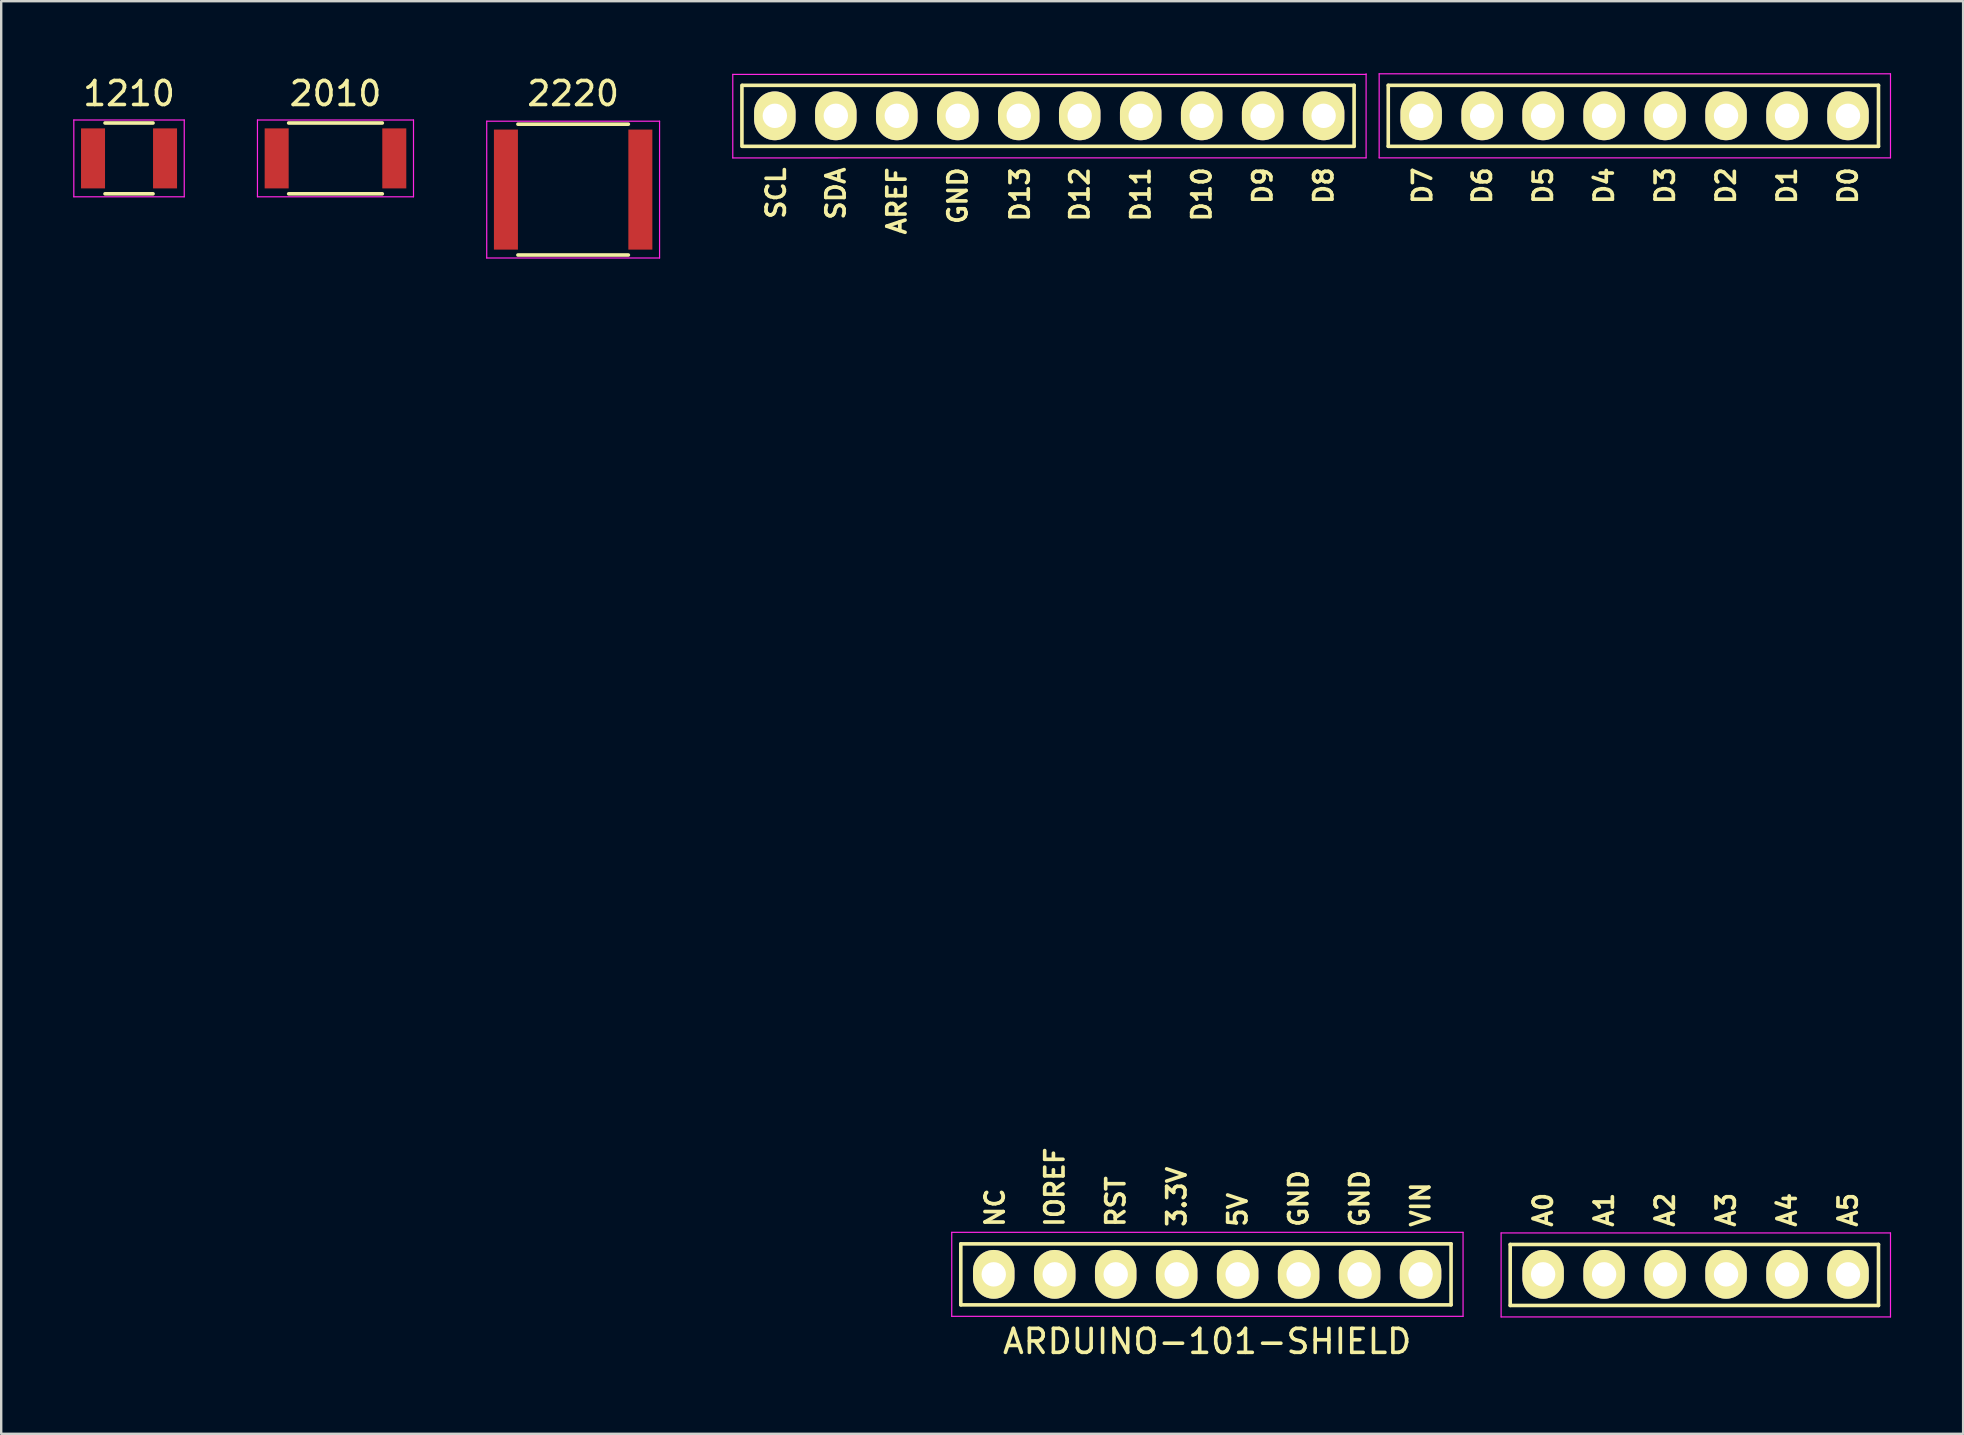
<source format=kicad_pcb>
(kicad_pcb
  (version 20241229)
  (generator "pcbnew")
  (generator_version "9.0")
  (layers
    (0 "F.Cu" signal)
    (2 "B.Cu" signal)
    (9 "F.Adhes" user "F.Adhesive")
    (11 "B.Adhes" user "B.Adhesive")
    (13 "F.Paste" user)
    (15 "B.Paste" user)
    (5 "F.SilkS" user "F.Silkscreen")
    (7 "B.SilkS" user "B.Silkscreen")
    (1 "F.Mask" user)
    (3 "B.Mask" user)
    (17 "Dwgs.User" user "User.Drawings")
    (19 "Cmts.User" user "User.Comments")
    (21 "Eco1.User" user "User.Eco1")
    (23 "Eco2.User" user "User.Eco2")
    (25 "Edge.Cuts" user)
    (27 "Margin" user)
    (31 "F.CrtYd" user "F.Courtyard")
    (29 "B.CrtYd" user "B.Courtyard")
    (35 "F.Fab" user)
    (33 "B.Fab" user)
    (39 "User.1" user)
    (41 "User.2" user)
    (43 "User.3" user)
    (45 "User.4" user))
  (footprint "2010"
    (layer "F.Cu")
    (at 10.925 3.548)
    (property "Reference" "2010" (at 0 -2.7 0) (layer "F.SilkS") (effects (font (size 1 1) (thickness 0.15))))
    (attr smd)
    (fp_line (start -1.95 -1.475) (end 1.95 -1.475) (stroke (width 0.15) (type solid)) (layer "F.SilkS"))
    (fp_line (start 1.95 1.475) (end -1.95 1.475) (stroke (width 0.15) (type solid)) (layer "F.SilkS"))
    (fp_line (start -3.25 -1.6) (end -3.25 1.6) (stroke (width 0.05) (type solid)) (layer "F.CrtYd"))
    (fp_line (start -3.25 -1.6) (end 3.25 -1.6) (stroke (width 0.05) (type solid)) (layer "F.CrtYd"))
    (fp_line (start -3.25 1.6) (end 3.25 1.6) (stroke (width 0.05) (type solid)) (layer "F.CrtYd"))
    (fp_line (start 3.25 -1.6) (end 3.25 1.6) (stroke (width 0.05) (type solid)) (layer "F.CrtYd"))
    (pad "1" smd rect (at -2.45 0) (size 1 2.5) (layers "F.Cu" "F.Mask" "F.Paste"))
    (pad "2" smd rect (at 2.45 0) (size 1 2.5) (layers "F.Cu" "F.Mask" "F.Paste")))
  (footprint "2220"
    (layer "F.Cu")
    (at 20.825 4.848)
    (property "Reference" "2220" (at 0 -4 0) (layer "F.SilkS") (effects (font (size 1 1) (thickness 0.15))))
    (attr smd)
    (fp_line (start -2.3 2.725) (end 2.3 2.725) (stroke (width 0.15) (type solid)) (layer "F.SilkS"))
    (fp_line (start 2.3 -2.725) (end -2.3 -2.725) (stroke (width 0.15) (type solid)) (layer "F.SilkS"))
    (fp_line (start -3.6 -2.85) (end -3.6 2.85) (stroke (width 0.05) (type solid)) (layer "F.CrtYd"))
    (fp_line (start -3.6 -2.85) (end 3.6 -2.85) (stroke (width 0.05) (type solid)) (layer "F.CrtYd"))
    (fp_line (start -3.6 2.85) (end 3.6 2.85) (stroke (width 0.05) (type solid)) (layer "F.CrtYd"))
    (fp_line (start 3.6 -2.85) (end 3.6 2.85) (stroke (width 0.05) (type solid)) (layer "F.CrtYd"))
    (pad "1" smd rect (at -2.8 0) (size 1 5) (layers "F.Cu" "F.Mask" "F.Paste"))
    (pad "2" smd rect (at 2.8 0) (size 1 5) (layers "F.Cu" "F.Mask" "F.Paste")))
  (footprint "ARDUINO-101-SHIELD"
    (layer "F.Cu")
    (at 33.266 50.035)
    (property "Reference" "ARDUINO-101-SHIELD" (at 13.97 2.794 0) (layer "F.SilkS") (effects (font (size 1 1) (thickness 0.15))))
    (attr through_hole)
    (fp_line (start -5.41 -46.99) (end -5.41 -49.53) (stroke (width 0.15) (type solid)) (layer "F.SilkS"))
    (fp_line (start -5.385 -46.99) (end 20.091 -46.99) (stroke (width 0.15) (type solid)) (layer "F.SilkS"))
    (fp_line (start 3.708 1.27) (end 3.708 -1.27) (stroke (width 0.15) (type solid)) (layer "F.SilkS"))
    (fp_line (start 3.708 1.27) (end 24.13 1.27) (stroke (width 0.15) (type solid)) (layer "F.SilkS"))
    (fp_line (start 20.091 -49.53) (end -5.385 -49.53) (stroke (width 0.15) (type solid)) (layer "F.SilkS"))
    (fp_line (start 20.091 -46.99) (end 20.091 -49.53) (stroke (width 0.15) (type solid)) (layer "F.SilkS"))
    (fp_line (start 21.514 -46.99) (end 21.514 -49.53) (stroke (width 0.15) (type solid)) (layer "F.SilkS"))
    (fp_line (start 21.514 -46.99) (end 41.935 -46.99) (stroke (width 0.15) (type solid)) (layer "F.SilkS"))
    (fp_line (start 24.13 -1.27) (end 3.708 -1.27) (stroke (width 0.15) (type solid)) (layer "F.SilkS"))
    (fp_line (start 24.13 1.27) (end 24.13 -1.27) (stroke (width 0.15) (type solid)) (layer "F.SilkS"))
    (fp_line (start 26.594 1.295) (end 26.594 -1.245) (stroke (width 0.15) (type solid)) (layer "F.SilkS"))
    (fp_line (start 26.594 1.295) (end 41.935 1.295) (stroke (width 0.15) (type solid)) (layer "F.SilkS"))
    (fp_line (start 41.935 -49.53) (end 21.514 -49.53) (stroke (width 0.15) (type solid)) (layer "F.SilkS"))
    (fp_line (start 41.935 -46.99) (end 41.935 -49.53) (stroke (width 0.15) (type solid)) (layer "F.SilkS"))
    (fp_line (start 41.935 -1.245) (end 26.594 -1.245) (stroke (width 0.15) (type solid)) (layer "F.SilkS"))
    (fp_line (start 41.935 1.295) (end 41.935 -1.245) (stroke (width 0.15) (type solid)) (layer "F.SilkS"))
    (fp_line (start -5.791 -49.987) (end -5.791 -46.507) (stroke (width 0.05) (type solid)) (layer "F.CrtYd"))
    (fp_line (start -5.791 -49.987) (end 20.591 -49.987) (stroke (width 0.05) (type solid)) (layer "F.CrtYd"))
    (fp_line (start -5.791 -46.507) (end 20.591 -46.51) (stroke (width 0.05) (type solid)) (layer "F.CrtYd"))
    (fp_line (start 3.33 -1.75) (end 3.33 1.75) (stroke (width 0.05) (type solid)) (layer "F.CrtYd"))
    (fp_line (start 3.33 -1.75) (end 24.63 -1.75) (stroke (width 0.05) (type solid)) (layer "F.CrtYd"))
    (fp_line (start 3.33 1.75) (end 24.63 1.75) (stroke (width 0.05) (type solid)) (layer "F.CrtYd"))
    (fp_line (start 20.591 -50.01) (end 20.591 -46.51) (stroke (width 0.05) (type solid)) (layer "F.CrtYd"))
    (fp_line (start 21.135 -50.01) (end 21.135 -46.51) (stroke (width 0.05) (type solid)) (layer "F.CrtYd"))
    (fp_line (start 21.135 -50.01) (end 42.435 -50.01) (stroke (width 0.05) (type solid)) (layer "F.CrtYd"))
    (fp_line (start 21.135 -46.51) (end 42.435 -46.51) (stroke (width 0.05) (type solid)) (layer "F.CrtYd"))
    (fp_line (start 24.63 -1.75) (end 24.63 1.75) (stroke (width 0.05) (type solid)) (layer "F.CrtYd"))
    (fp_line (start 26.215 -1.725) (end 26.215 1.775) (stroke (width 0.05) (type solid)) (layer "F.CrtYd"))
    (fp_line (start 26.215 -1.725) (end 42.435 -1.725) (stroke (width 0.05) (type solid)) (layer "F.CrtYd"))
    (fp_line (start 26.215 1.775) (end 42.435 1.775) (stroke (width 0.05) (type solid)) (layer "F.CrtYd"))
    (fp_line (start 42.435 -50.01) (end 42.435 -46.51) (stroke (width 0.05) (type solid)) (layer "F.CrtYd"))
    (fp_line (start 42.435 -1.725) (end 42.435 1.775) (stroke (width 0.05) (type solid)) (layer "F.CrtYd"))
    (fp_text user "GND" (at 17.78 -3.16 90) (layer "F.SilkS") (effects (font (size 0.762 0.762) (thickness 0.152))))
    (fp_text user "D10" (at 13.741 -44.987 90) (layer "F.SilkS") (effects (font (size 0.762 0.762) (thickness 0.152))))
    (fp_text user "D4" (at 30.505 -45.35 90) (layer "F.SilkS") (effects (font (size 0.762 0.762) (thickness 0.152))))
    (fp_text user "D9" (at 16.281 -45.35 90) (layer "F.SilkS") (effects (font (size 0.762 0.762) (thickness 0.152))))
    (fp_text user "A0" (at 27.965 -2.689 90) (layer "F.SilkS") (effects (font (size 0.762 0.762) (thickness 0.152))))
    (fp_text user "SCL" (at -3.988 -45.041 90) (layer "F.SilkS") (effects (font (size 0.762 0.762) (thickness 0.152))))
    (fp_text user "GND" (at 20.32 -3.16 90) (layer "F.SilkS") (effects (font (size 0.762 0.762) (thickness 0.152))))
    (fp_text user "IOREF" (at 7.62 -3.632 90) (layer "F.SilkS") (effects (font (size 0.762 0.762) (thickness 0.152))))
    (fp_text user "D1" (at 38.125 -45.35 90) (layer "F.SilkS") (effects (font (size 0.762 0.762) (thickness 0.152))))
    (fp_text user "A4" (at 38.125 -2.689 90) (layer "F.SilkS") (effects (font (size 0.762 0.762) (thickness 0.152))))
    (fp_text user "D5" (at 27.965 -45.35 90) (layer "F.SilkS") (effects (font (size 0.762 0.762) (thickness 0.152))))
    (fp_text user "5V" (at 15.24 -2.689 90) (layer "F.SilkS") (effects (font (size 0.762 0.762) (thickness 0.152))))
    (fp_text user "3.3V" (at 12.7 -3.233 90) (layer "F.SilkS") (effects (font (size 0.762 0.762) (thickness 0.152))))
    (fp_text user "D12" (at 8.661 -44.987 90) (layer "F.SilkS") (effects (font (size 0.762 0.762) (thickness 0.152))))
    (fp_text user "AREF" (at 1.041 -44.715 90) (layer "F.SilkS") (effects (font (size 0.762 0.762) (thickness 0.152))))
    (fp_text user "A2" (at 33.045 -2.689 90) (layer "F.SilkS") (effects (font (size 0.762 0.762) (thickness 0.152))))
    (fp_text user "A5" (at 40.665 -2.689 90) (layer "F.SilkS") (effects (font (size 0.762 0.762) (thickness 0.152))))
    (fp_text user "RST" (at 10.16 -3.033 90) (layer "F.SilkS") (effects (font (size 0.762 0.762) (thickness 0.152))))
    (fp_text user "D11" (at 11.201 -44.987 90) (layer "F.SilkS") (effects (font (size 0.762 0.762) (thickness 0.152))))
    (fp_text user "D13" (at 6.172 -44.987 90) (layer "F.SilkS") (effects (font (size 0.762 0.762) (thickness 0.152))))
    (fp_text user "VIN" (at 22.86 -2.906 90) (layer "F.SilkS") (effects (font (size 0.762 0.762) (thickness 0.152))))
    (fp_text user "SDA" (at -1.499 -45.023 90) (layer "F.SilkS") (effects (font (size 0.762 0.762) (thickness 0.152))))
    (fp_text user "GND" (at 3.581 -44.933 90) (layer "F.SilkS") (effects (font (size 0.762 0.762) (thickness 0.152))))
    (fp_text user "D8" (at 18.821 -45.35 90) (layer "F.SilkS") (effects (font (size 0.762 0.762) (thickness 0.152))))
    (fp_text user "D3" (at 33.045 -45.35 90) (layer "F.SilkS") (effects (font (size 0.762 0.762) (thickness 0.152))))
    (fp_text user "A3" (at 35.585 -2.689 90) (layer "F.SilkS") (effects (font (size 0.762 0.762) (thickness 0.152))))
    (fp_text user "D7" (at 22.936 -45.35 90) (layer "F.SilkS") (effects (font (size 0.762 0.762) (thickness 0.152))))
    (fp_text user "A1" (at 30.505 -2.689 90) (layer "F.SilkS") (effects (font (size 0.762 0.762) (thickness 0.152))))
    (fp_text user "NC" (at 5.131 -2.779 90) (layer "F.SilkS") (effects (font (size 0.762 0.762) (thickness 0.152))))
    (fp_text user "D6" (at 25.425 -45.35 90) (layer "F.SilkS") (effects (font (size 0.762 0.762) (thickness 0.152))))
    (fp_text user "D0" (at 40.665 -45.35 90) (layer "F.SilkS") (effects (font (size 0.762 0.762) (thickness 0.152))))
    (fp_text user "D2" (at 35.585 -45.35 90) (layer "F.SilkS") (effects (font (size 0.762 0.762) (thickness 0.152))))
    (pad "3V3" thru_hole oval (at 12.7 0) (size 1.727 2.032) (drill 1.016) (layers "*.Cu" "*.Mask" "F.SilkS"))
    (pad "5V" thru_hole oval (at 15.24 0) (size 1.727 2.032) (drill 1.016) (layers "*.Cu" "*.Mask" "F.SilkS"))
    (pad "A0" thru_hole oval (at 27.965 0) (size 1.727 2.032) (drill 1.016) (layers "*.Cu" "*.Mask" "F.SilkS"))
    (pad "A1" thru_hole oval (at 30.505 0) (size 1.727 2.032) (drill 1.016) (layers "*.Cu" "*.Mask" "F.SilkS"))
    (pad "A2" thru_hole oval (at 33.045 0) (size 1.727 2.032) (drill 1.016) (layers "*.Cu" "*.Mask" "F.SilkS"))
    (pad "A3" thru_hole oval (at 35.585 0) (size 1.727 2.032) (drill 1.016) (layers "*.Cu" "*.Mask" "F.SilkS"))
    (pad "A4" thru_hole oval (at 38.125 0) (size 1.727 2.032) (drill 1.016) (layers "*.Cu" "*.Mask" "F.SilkS"))
    (pad "A5" thru_hole oval (at 40.665 0) (size 1.727 2.032) (drill 1.016) (layers "*.Cu" "*.Mask" "F.SilkS"))
    (pad "AREF" thru_hole oval (at 1.041 -48.26) (size 1.727 2.032) (drill 1.016) (layers "*.Cu" "*.Mask" "F.SilkS"))
    (pad "D0" thru_hole oval (at 40.665 -48.26) (size 1.727 2.032) (drill 1.016) (layers "*.Cu" "*.Mask" "F.SilkS"))
    (pad "D1" thru_hole oval (at 38.125 -48.26) (size 1.727 2.032) (drill 1.016) (layers "*.Cu" "*.Mask" "F.SilkS"))
    (pad "D2" thru_hole oval (at 35.585 -48.26) (size 1.727 2.032) (drill 1.016) (layers "*.Cu" "*.Mask" "F.SilkS"))
    (pad "D3" thru_hole oval (at 33.045 -48.26) (size 1.727 2.032) (drill 1.016) (layers "*.Cu" "*.Mask" "F.SilkS"))
    (pad "D4" thru_hole oval (at 30.505 -48.26) (size 1.727 2.032) (drill 1.016) (layers "*.Cu" "*.Mask" "F.SilkS"))
    (pad "D5" thru_hole oval (at 27.965 -48.26) (size 1.727 2.032) (drill 1.016) (layers "*.Cu" "*.Mask" "F.SilkS"))
    (pad "D6" thru_hole oval (at 25.425 -48.26) (size 1.727 2.032) (drill 1.016) (layers "*.Cu" "*.Mask" "F.SilkS"))
    (pad "D7" thru_hole oval (at 22.885 -48.26) (size 1.727 2.032) (drill 1.016) (layers "*.Cu" "*.Mask" "F.SilkS"))
    (pad "D8" thru_hole oval (at 18.821 -48.26) (size 1.727 2.032) (drill 1.016) (layers "*.Cu" "*.Mask" "F.SilkS"))
    (pad "D9" thru_hole oval (at 16.281 -48.26) (size 1.727 2.032) (drill 1.016) (layers "*.Cu" "*.Mask" "F.SilkS"))
    (pad "D10" thru_hole oval (at 13.741 -48.26) (size 1.727 2.032) (drill 1.016) (layers "*.Cu" "*.Mask" "F.SilkS"))
    (pad "D11" thru_hole oval (at 11.201 -48.26) (size 1.727 2.032) (drill 1.016) (layers "*.Cu" "*.Mask" "F.SilkS"))
    (pad "D12" thru_hole oval (at 8.661 -48.26) (size 1.727 2.032) (drill 1.016) (layers "*.Cu" "*.Mask" "F.SilkS"))
    (pad "D13" thru_hole oval (at 6.121 -48.26) (size 1.727 2.032) (drill 1.016) (layers "*.Cu" "*.Mask" "F.SilkS"))
    (pad "GND1" thru_hole oval (at 17.78 0) (size 1.727 2.032) (drill 1.016) (layers "*.Cu" "*.Mask" "F.SilkS"))
    (pad "GND2" thru_hole oval (at 20.32 0) (size 1.727 2.032) (drill 1.016) (layers "*.Cu" "*.Mask" "F.SilkS"))
    (pad "GND3" thru_hole oval (at 3.581 -48.26) (size 1.727 2.032) (drill 1.016) (layers "*.Cu" "*.Mask" "F.SilkS"))
    (pad "IO" thru_hole oval (at 7.62 0) (size 1.727 2.032) (drill 1.016) (layers "*.Cu" "*.Mask" "F.SilkS"))
    (pad "NC" thru_hole oval (at 5.08 0) (size 1.727 2.032) (drill 1.016) (layers "*.Cu" "*.Mask" "F.SilkS"))
    (pad "RST" thru_hole oval (at 10.16 0) (size 1.727 2.032) (drill 1.016) (layers "*.Cu" "*.Mask" "F.SilkS"))
    (pad "SCL" thru_hole oval (at -4.039 -48.26) (size 1.727 2.032) (drill 1.016) (layers "*.Cu" "*.Mask" "F.SilkS"))
    (pad "SDA" thru_hole oval (at -1.499 -48.26) (size 1.727 2.032) (drill 1.016) (layers "*.Cu" "*.Mask" "F.SilkS"))
    (pad "VIN" thru_hole oval (at 22.86 0) (size 1.727 2.032) (drill 1.016) (layers "*.Cu" "*.Mask" "F.SilkS")))
  (footprint "1210"
    (layer "F.Cu")
    (at 2.325 3.548)
    (property "Reference" "1210" (at 0 -2.7 0) (layer "F.SilkS") (effects (font (size 1 1) (thickness 0.15))))
    (attr smd)
    (fp_line (start -1 1.475) (end 1 1.475) (stroke (width 0.15) (type solid)) (layer "F.SilkS"))
    (fp_line (start 1 -1.475) (end -1 -1.475) (stroke (width 0.15) (type solid)) (layer "F.SilkS"))
    (fp_line (start -2.3 -1.6) (end -2.3 1.6) (stroke (width 0.05) (type solid)) (layer "F.CrtYd"))
    (fp_line (start -2.3 -1.6) (end 2.3 -1.6) (stroke (width 0.05) (type solid)) (layer "F.CrtYd"))
    (fp_line (start -2.3 1.6) (end 2.3 1.6) (stroke (width 0.05) (type solid)) (layer "F.CrtYd"))
    (fp_line (start 2.3 -1.6) (end 2.3 1.6) (stroke (width 0.05) (type solid)) (layer "F.CrtYd"))
    (pad "1" smd rect (at -1.5 0) (size 1 2.5) (layers "F.Cu" "F.Mask" "F.Paste"))
    (pad "2" smd rect (at 1.5 0) (size 1 2.5) (layers "F.Cu" "F.Mask" "F.Paste")))
  (gr_rect
    (start -3 -3)
    (end 78.727 56.677)
    (stroke (width 0.1) (type default))
    (fill no)
    (layer "Edge.Cuts")))
</source>
